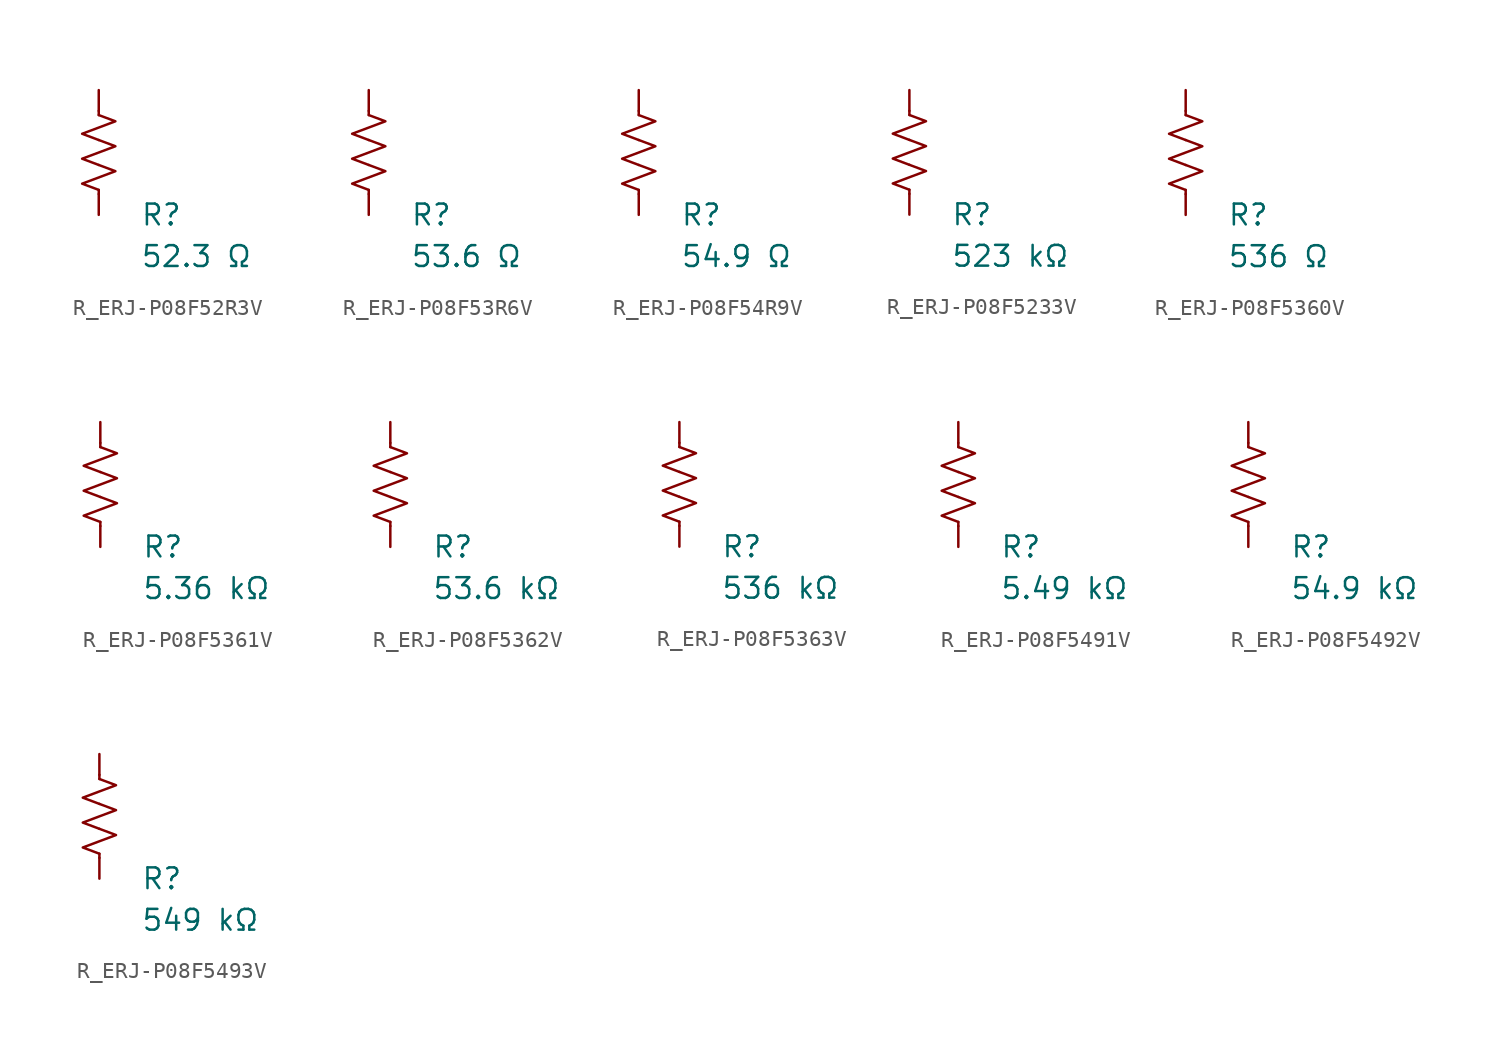
<source format=kicad_sym>
(kicad_symbol_lib
  (version 20231120)
  (generator "kicad_symbol_editor")
  (generator_version "8.0")
  (symbol "R_ERJ-P08F52R3V"
    (pin_numbers hide)
    (pin_names
      (offset 0))
    (property "Reference" "R"
      (at 2.54 -3.81 0)
      (effects (font (size 1.27 1.27)) (justify left))
      (show_name no))
    (property "Value" "52.3 Ω"
      (at 2.54 -6.35 0)
      (effects (font (size 1.27 1.27)) (justify left))
      (show_name no))
    (symbol "R_ERJ-P08F52R3V_0_1"
      (polyline (pts (xy 0 -2.286) (xy 0 -2.54)) (stroke (width 0) (type default)) (fill (type none)))
      (polyline (pts (xy 0 2.286) (xy 0 2.54)) (stroke (width 0) (type default)) (fill (type none)))
      (polyline (pts (xy 0 -0.762) (xy 1.016 -1.143) (xy 0 -1.524) (xy -1.016 -1.905) (xy 0 -2.286)) (stroke (width 0) (type default)) (fill (type none)))
      (polyline (pts (xy 0 0.762) (xy 1.016 0.381) (xy 0 0) (xy -1.016 -0.381) (xy 0 -0.762)) (stroke (width 0) (type default)) (fill (type none)))
      (polyline (pts (xy 0 2.286) (xy 1.016 1.905) (xy 0 1.524) (xy -1.016 1.143) (xy 0 0.762)) (stroke (width 0) (type default)) (fill (type none))))
    (symbol "R_ERJ-P08F52R3V_1_1"
      (pin passive line (at 0 3.81 270) (length 1.27) (name "~" (effects (font (size 1.27 1.27)))) (number "1" (effects (font (size 1.27 1.27)))))
      (pin passive line (at 0 -3.81 90) (length 1.27) (name "~" (effects (font (size 1.27 1.27)))) (number "2" (effects (font (size 1.27 1.27)))))))
  (symbol "R_ERJ-P08F53R6V"
    (pin_numbers hide)
    (pin_names
      (offset 0))
    (property "Reference" "R"
      (at 2.54 -3.81 0)
      (effects (font (size 1.27 1.27)) (justify left))
      (show_name no))
    (property "Value" "53.6 Ω"
      (at 2.54 -6.35 0)
      (effects (font (size 1.27 1.27)) (justify left))
      (show_name no))
    (symbol "R_ERJ-P08F53R6V_0_1"
      (polyline (pts (xy 0 -2.286) (xy 0 -2.54)) (stroke (width 0) (type default)) (fill (type none)))
      (polyline (pts (xy 0 2.286) (xy 0 2.54)) (stroke (width 0) (type default)) (fill (type none)))
      (polyline (pts (xy 0 -0.762) (xy 1.016 -1.143) (xy 0 -1.524) (xy -1.016 -1.905) (xy 0 -2.286)) (stroke (width 0) (type default)) (fill (type none)))
      (polyline (pts (xy 0 0.762) (xy 1.016 0.381) (xy 0 0) (xy -1.016 -0.381) (xy 0 -0.762)) (stroke (width 0) (type default)) (fill (type none)))
      (polyline (pts (xy 0 2.286) (xy 1.016 1.905) (xy 0 1.524) (xy -1.016 1.143) (xy 0 0.762)) (stroke (width 0) (type default)) (fill (type none))))
    (symbol "R_ERJ-P08F53R6V_1_1"
      (pin passive line (at 0 3.81 270) (length 1.27) (name "~" (effects (font (size 1.27 1.27)))) (number "1" (effects (font (size 1.27 1.27)))))
      (pin passive line (at 0 -3.81 90) (length 1.27) (name "~" (effects (font (size 1.27 1.27)))) (number "2" (effects (font (size 1.27 1.27)))))))
  (symbol "R_ERJ-P08F54R9V"
    (pin_numbers hide)
    (pin_names
      (offset 0))
    (property "Reference" "R"
      (at 2.54 -3.81 0)
      (effects (font (size 1.27 1.27)) (justify left))
      (show_name no))
    (property "Value" "54.9 Ω"
      (at 2.54 -6.35 0)
      (effects (font (size 1.27 1.27)) (justify left))
      (show_name no))
    (symbol "R_ERJ-P08F54R9V_0_1"
      (polyline (pts (xy 0 -2.286) (xy 0 -2.54)) (stroke (width 0) (type default)) (fill (type none)))
      (polyline (pts (xy 0 2.286) (xy 0 2.54)) (stroke (width 0) (type default)) (fill (type none)))
      (polyline (pts (xy 0 -0.762) (xy 1.016 -1.143) (xy 0 -1.524) (xy -1.016 -1.905) (xy 0 -2.286)) (stroke (width 0) (type default)) (fill (type none)))
      (polyline (pts (xy 0 0.762) (xy 1.016 0.381) (xy 0 0) (xy -1.016 -0.381) (xy 0 -0.762)) (stroke (width 0) (type default)) (fill (type none)))
      (polyline (pts (xy 0 2.286) (xy 1.016 1.905) (xy 0 1.524) (xy -1.016 1.143) (xy 0 0.762)) (stroke (width 0) (type default)) (fill (type none))))
    (symbol "R_ERJ-P08F54R9V_1_1"
      (pin passive line (at 0 3.81 270) (length 1.27) (name "~" (effects (font (size 1.27 1.27)))) (number "1" (effects (font (size 1.27 1.27)))))
      (pin passive line (at 0 -3.81 90) (length 1.27) (name "~" (effects (font (size 1.27 1.27)))) (number "2" (effects (font (size 1.27 1.27)))))))
  (symbol "R_ERJ-P08F5233V"
    (pin_numbers hide)
    (pin_names
      (offset 0))
    (property "Reference" "R"
      (at 2.54 -3.81 0)
      (effects (font (size 1.27 1.27)) (justify left))
      (show_name no))
    (property "Value" "523 kΩ"
      (at 2.54 -6.35 0)
      (effects (font (size 1.27 1.27)) (justify left))
      (show_name no))
    (symbol "R_ERJ-P08F5233V_0_1"
      (polyline (pts (xy 0 -2.286) (xy 0 -2.54)) (stroke (width 0) (type default)) (fill (type none)))
      (polyline (pts (xy 0 2.286) (xy 0 2.54)) (stroke (width 0) (type default)) (fill (type none)))
      (polyline (pts (xy 0 -0.762) (xy 1.016 -1.143) (xy 0 -1.524) (xy -1.016 -1.905) (xy 0 -2.286)) (stroke (width 0) (type default)) (fill (type none)))
      (polyline (pts (xy 0 0.762) (xy 1.016 0.381) (xy 0 0) (xy -1.016 -0.381) (xy 0 -0.762)) (stroke (width 0) (type default)) (fill (type none)))
      (polyline (pts (xy 0 2.286) (xy 1.016 1.905) (xy 0 1.524) (xy -1.016 1.143) (xy 0 0.762)) (stroke (width 0) (type default)) (fill (type none))))
    (symbol "R_ERJ-P08F5233V_1_1"
      (pin passive line (at 0 3.81 270) (length 1.27) (name "~" (effects (font (size 1.27 1.27)))) (number "1" (effects (font (size 1.27 1.27)))))
      (pin passive line (at 0 -3.81 90) (length 1.27) (name "~" (effects (font (size 1.27 1.27)))) (number "2" (effects (font (size 1.27 1.27)))))))
  (symbol "R_ERJ-P08F5360V"
    (pin_numbers hide)
    (pin_names
      (offset 0))
    (property "Reference" "R"
      (at 2.54 -3.81 0)
      (effects (font (size 1.27 1.27)) (justify left))
      (show_name no))
    (property "Value" "536 Ω"
      (at 2.54 -6.35 0)
      (effects (font (size 1.27 1.27)) (justify left))
      (show_name no))
    (symbol "R_ERJ-P08F5360V_0_1"
      (polyline (pts (xy 0 -2.286) (xy 0 -2.54)) (stroke (width 0) (type default)) (fill (type none)))
      (polyline (pts (xy 0 2.286) (xy 0 2.54)) (stroke (width 0) (type default)) (fill (type none)))
      (polyline (pts (xy 0 -0.762) (xy 1.016 -1.143) (xy 0 -1.524) (xy -1.016 -1.905) (xy 0 -2.286)) (stroke (width 0) (type default)) (fill (type none)))
      (polyline (pts (xy 0 0.762) (xy 1.016 0.381) (xy 0 0) (xy -1.016 -0.381) (xy 0 -0.762)) (stroke (width 0) (type default)) (fill (type none)))
      (polyline (pts (xy 0 2.286) (xy 1.016 1.905) (xy 0 1.524) (xy -1.016 1.143) (xy 0 0.762)) (stroke (width 0) (type default)) (fill (type none))))
    (symbol "R_ERJ-P08F5360V_1_1"
      (pin passive line (at 0 3.81 270) (length 1.27) (name "~" (effects (font (size 1.27 1.27)))) (number "1" (effects (font (size 1.27 1.27)))))
      (pin passive line (at 0 -3.81 90) (length 1.27) (name "~" (effects (font (size 1.27 1.27)))) (number "2" (effects (font (size 1.27 1.27)))))))
  (symbol "R_ERJ-P08F5361V"
    (pin_numbers hide)
    (pin_names
      (offset 0))
    (property "Reference" "R"
      (at 2.54 -3.81 0)
      (effects (font (size 1.27 1.27)) (justify left))
      (show_name no))
    (property "Value" "5.36 kΩ"
      (at 2.54 -6.35 0)
      (effects (font (size 1.27 1.27)) (justify left))
      (show_name no))
    (symbol "R_ERJ-P08F5361V_0_1"
      (polyline (pts (xy 0 -2.286) (xy 0 -2.54)) (stroke (width 0) (type default)) (fill (type none)))
      (polyline (pts (xy 0 2.286) (xy 0 2.54)) (stroke (width 0) (type default)) (fill (type none)))
      (polyline (pts (xy 0 -0.762) (xy 1.016 -1.143) (xy 0 -1.524) (xy -1.016 -1.905) (xy 0 -2.286)) (stroke (width 0) (type default)) (fill (type none)))
      (polyline (pts (xy 0 0.762) (xy 1.016 0.381) (xy 0 0) (xy -1.016 -0.381) (xy 0 -0.762)) (stroke (width 0) (type default)) (fill (type none)))
      (polyline (pts (xy 0 2.286) (xy 1.016 1.905) (xy 0 1.524) (xy -1.016 1.143) (xy 0 0.762)) (stroke (width 0) (type default)) (fill (type none))))
    (symbol "R_ERJ-P08F5361V_1_1"
      (pin passive line (at 0 3.81 270) (length 1.27) (name "~" (effects (font (size 1.27 1.27)))) (number "1" (effects (font (size 1.27 1.27)))))
      (pin passive line (at 0 -3.81 90) (length 1.27) (name "~" (effects (font (size 1.27 1.27)))) (number "2" (effects (font (size 1.27 1.27)))))))
  (symbol "R_ERJ-P08F5362V"
    (pin_numbers hide)
    (pin_names
      (offset 0))
    (property "Reference" "R"
      (at 2.54 -3.81 0)
      (effects (font (size 1.27 1.27)) (justify left))
      (show_name no))
    (property "Value" "53.6 kΩ"
      (at 2.54 -6.35 0)
      (effects (font (size 1.27 1.27)) (justify left))
      (show_name no))
    (symbol "R_ERJ-P08F5362V_0_1"
      (polyline (pts (xy 0 -2.286) (xy 0 -2.54)) (stroke (width 0) (type default)) (fill (type none)))
      (polyline (pts (xy 0 2.286) (xy 0 2.54)) (stroke (width 0) (type default)) (fill (type none)))
      (polyline (pts (xy 0 -0.762) (xy 1.016 -1.143) (xy 0 -1.524) (xy -1.016 -1.905) (xy 0 -2.286)) (stroke (width 0) (type default)) (fill (type none)))
      (polyline (pts (xy 0 0.762) (xy 1.016 0.381) (xy 0 0) (xy -1.016 -0.381) (xy 0 -0.762)) (stroke (width 0) (type default)) (fill (type none)))
      (polyline (pts (xy 0 2.286) (xy 1.016 1.905) (xy 0 1.524) (xy -1.016 1.143) (xy 0 0.762)) (stroke (width 0) (type default)) (fill (type none))))
    (symbol "R_ERJ-P08F5362V_1_1"
      (pin passive line (at 0 3.81 270) (length 1.27) (name "~" (effects (font (size 1.27 1.27)))) (number "1" (effects (font (size 1.27 1.27)))))
      (pin passive line (at 0 -3.81 90) (length 1.27) (name "~" (effects (font (size 1.27 1.27)))) (number "2" (effects (font (size 1.27 1.27)))))))
  (symbol "R_ERJ-P08F5363V"
    (pin_numbers hide)
    (pin_names
      (offset 0))
    (property "Reference" "R"
      (at 2.54 -3.81 0)
      (effects (font (size 1.27 1.27)) (justify left))
      (show_name no))
    (property "Value" "536 kΩ"
      (at 2.54 -6.35 0)
      (effects (font (size 1.27 1.27)) (justify left))
      (show_name no))
    (symbol "R_ERJ-P08F5363V_0_1"
      (polyline (pts (xy 0 -2.286) (xy 0 -2.54)) (stroke (width 0) (type default)) (fill (type none)))
      (polyline (pts (xy 0 2.286) (xy 0 2.54)) (stroke (width 0) (type default)) (fill (type none)))
      (polyline (pts (xy 0 -0.762) (xy 1.016 -1.143) (xy 0 -1.524) (xy -1.016 -1.905) (xy 0 -2.286)) (stroke (width 0) (type default)) (fill (type none)))
      (polyline (pts (xy 0 0.762) (xy 1.016 0.381) (xy 0 0) (xy -1.016 -0.381) (xy 0 -0.762)) (stroke (width 0) (type default)) (fill (type none)))
      (polyline (pts (xy 0 2.286) (xy 1.016 1.905) (xy 0 1.524) (xy -1.016 1.143) (xy 0 0.762)) (stroke (width 0) (type default)) (fill (type none))))
    (symbol "R_ERJ-P08F5363V_1_1"
      (pin passive line (at 0 3.81 270) (length 1.27) (name "~" (effects (font (size 1.27 1.27)))) (number "1" (effects (font (size 1.27 1.27)))))
      (pin passive line (at 0 -3.81 90) (length 1.27) (name "~" (effects (font (size 1.27 1.27)))) (number "2" (effects (font (size 1.27 1.27)))))))
  (symbol "R_ERJ-P08F5491V"
    (pin_numbers hide)
    (pin_names
      (offset 0))
    (property "Reference" "R"
      (at 2.54 -3.81 0)
      (effects (font (size 1.27 1.27)) (justify left))
      (show_name no))
    (property "Value" "5.49 kΩ"
      (at 2.54 -6.35 0)
      (effects (font (size 1.27 1.27)) (justify left))
      (show_name no))
    (symbol "R_ERJ-P08F5491V_0_1"
      (polyline (pts (xy 0 -2.286) (xy 0 -2.54)) (stroke (width 0) (type default)) (fill (type none)))
      (polyline (pts (xy 0 2.286) (xy 0 2.54)) (stroke (width 0) (type default)) (fill (type none)))
      (polyline (pts (xy 0 -0.762) (xy 1.016 -1.143) (xy 0 -1.524) (xy -1.016 -1.905) (xy 0 -2.286)) (stroke (width 0) (type default)) (fill (type none)))
      (polyline (pts (xy 0 0.762) (xy 1.016 0.381) (xy 0 0) (xy -1.016 -0.381) (xy 0 -0.762)) (stroke (width 0) (type default)) (fill (type none)))
      (polyline (pts (xy 0 2.286) (xy 1.016 1.905) (xy 0 1.524) (xy -1.016 1.143) (xy 0 0.762)) (stroke (width 0) (type default)) (fill (type none))))
    (symbol "R_ERJ-P08F5491V_1_1"
      (pin passive line (at 0 3.81 270) (length 1.27) (name "~" (effects (font (size 1.27 1.27)))) (number "1" (effects (font (size 1.27 1.27)))))
      (pin passive line (at 0 -3.81 90) (length 1.27) (name "~" (effects (font (size 1.27 1.27)))) (number "2" (effects (font (size 1.27 1.27)))))))
  (symbol "R_ERJ-P08F5492V"
    (pin_numbers hide)
    (pin_names
      (offset 0))
    (property "Reference" "R"
      (at 2.54 -3.81 0)
      (effects (font (size 1.27 1.27)) (justify left))
      (show_name no))
    (property "Value" "54.9 kΩ"
      (at 2.54 -6.35 0)
      (effects (font (size 1.27 1.27)) (justify left))
      (show_name no))
    (symbol "R_ERJ-P08F5492V_0_1"
      (polyline (pts (xy 0 -2.286) (xy 0 -2.54)) (stroke (width 0) (type default)) (fill (type none)))
      (polyline (pts (xy 0 2.286) (xy 0 2.54)) (stroke (width 0) (type default)) (fill (type none)))
      (polyline (pts (xy 0 -0.762) (xy 1.016 -1.143) (xy 0 -1.524) (xy -1.016 -1.905) (xy 0 -2.286)) (stroke (width 0) (type default)) (fill (type none)))
      (polyline (pts (xy 0 0.762) (xy 1.016 0.381) (xy 0 0) (xy -1.016 -0.381) (xy 0 -0.762)) (stroke (width 0) (type default)) (fill (type none)))
      (polyline (pts (xy 0 2.286) (xy 1.016 1.905) (xy 0 1.524) (xy -1.016 1.143) (xy 0 0.762)) (stroke (width 0) (type default)) (fill (type none))))
    (symbol "R_ERJ-P08F5492V_1_1"
      (pin passive line (at 0 3.81 270) (length 1.27) (name "~" (effects (font (size 1.27 1.27)))) (number "1" (effects (font (size 1.27 1.27)))))
      (pin passive line (at 0 -3.81 90) (length 1.27) (name "~" (effects (font (size 1.27 1.27)))) (number "2" (effects (font (size 1.27 1.27)))))))
  (symbol "R_ERJ-P08F5493V"
    (pin_numbers hide)
    (pin_names
      (offset 0))
    (property "Reference" "R"
      (at 2.54 -3.81 0)
      (effects (font (size 1.27 1.27)) (justify left))
      (show_name no))
    (property "Value" "549 kΩ"
      (at 2.54 -6.35 0)
      (effects (font (size 1.27 1.27)) (justify left))
      (show_name no))
    (symbol "R_ERJ-P08F5493V_0_1"
      (polyline (pts (xy 0 -2.286) (xy 0 -2.54)) (stroke (width 0) (type default)) (fill (type none)))
      (polyline (pts (xy 0 2.286) (xy 0 2.54)) (stroke (width 0) (type default)) (fill (type none)))
      (polyline (pts (xy 0 -0.762) (xy 1.016 -1.143) (xy 0 -1.524) (xy -1.016 -1.905) (xy 0 -2.286)) (stroke (width 0) (type default)) (fill (type none)))
      (polyline (pts (xy 0 0.762) (xy 1.016 0.381) (xy 0 0) (xy -1.016 -0.381) (xy 0 -0.762)) (stroke (width 0) (type default)) (fill (type none)))
      (polyline (pts (xy 0 2.286) (xy 1.016 1.905) (xy 0 1.524) (xy -1.016 1.143) (xy 0 0.762)) (stroke (width 0) (type default)) (fill (type none))))
    (symbol "R_ERJ-P08F5493V_1_1"
      (pin passive line (at 0 3.81 270) (length 1.27) (name "~" (effects (font (size 1.27 1.27)))) (number "1" (effects (font (size 1.27 1.27)))))
      (pin passive line (at 0 -3.81 90) (length 1.27) (name "~" (effects (font (size 1.27 1.27)))) (number "2" (effects (font (size 1.27 1.27))))))))
</source>
